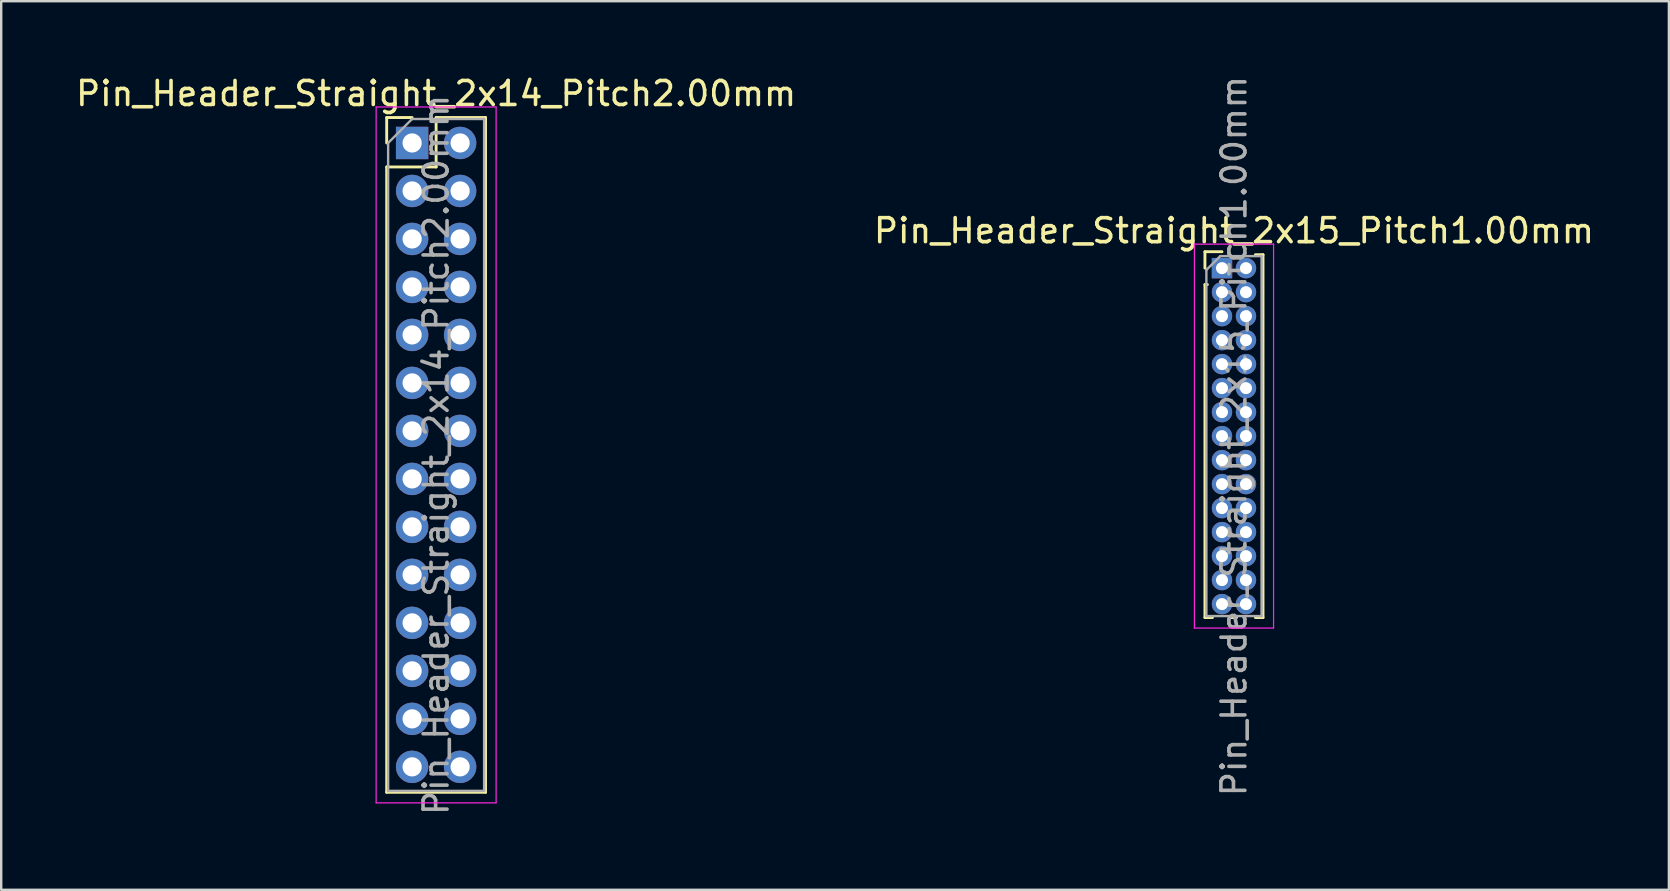
<source format=kicad_pcb>
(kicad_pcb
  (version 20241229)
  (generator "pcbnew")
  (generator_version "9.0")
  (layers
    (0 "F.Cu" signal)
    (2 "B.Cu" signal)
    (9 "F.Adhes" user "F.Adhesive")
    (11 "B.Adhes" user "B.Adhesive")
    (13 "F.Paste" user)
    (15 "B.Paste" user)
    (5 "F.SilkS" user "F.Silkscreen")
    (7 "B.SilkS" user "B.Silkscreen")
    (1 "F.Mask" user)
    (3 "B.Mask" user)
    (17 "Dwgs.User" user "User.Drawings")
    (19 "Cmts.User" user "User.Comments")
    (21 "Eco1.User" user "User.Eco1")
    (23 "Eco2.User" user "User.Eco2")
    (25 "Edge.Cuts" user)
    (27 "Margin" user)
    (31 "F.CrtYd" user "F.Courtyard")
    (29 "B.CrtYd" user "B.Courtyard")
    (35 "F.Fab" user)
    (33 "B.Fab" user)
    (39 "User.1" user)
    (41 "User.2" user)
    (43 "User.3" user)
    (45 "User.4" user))
  (footprint "Pin_Header_Straight_2x15_Pitch1.00mm"
    (layer "F.Cu")
    (at 47.875 8.125)
    (property "Reference" "Pin_Header_Straight_2x15_Pitch1.00mm" (at 0.5 -1.56 0) (layer "F.SilkS") (effects (font (size 1 1) (thickness 0.15))))
    (attr through_hole)
    (fp_line (start -0.71 -0.685) (end 0 -0.685) (stroke (width 0.12) (type solid)) (layer "F.SilkS"))
    (fp_line (start -0.71 0) (end -0.71 -0.685) (stroke (width 0.12) (type solid)) (layer "F.SilkS"))
    (fp_line (start -0.71 0.685) (end -0.71 14.56) (stroke (width 0.12) (type solid)) (layer "F.SilkS"))
    (fp_line (start -0.71 0.685) (end -0.608 0.685) (stroke (width 0.12) (type solid)) (layer "F.SilkS"))
    (fp_line (start -0.71 14.56) (end -0.394 14.56) (stroke (width 0.12) (type solid)) (layer "F.SilkS"))
    (fp_line (start 0.394 14.56) (end 0.606 14.56) (stroke (width 0.12) (type solid)) (layer "F.SilkS"))
    (fp_line (start 1.394 -0.56) (end 1.71 -0.56) (stroke (width 0.12) (type solid)) (layer "F.SilkS"))
    (fp_line (start 1.394 14.56) (end 1.71 14.56) (stroke (width 0.12) (type solid)) (layer "F.SilkS"))
    (fp_line (start 1.71 -0.56) (end 1.71 14.56) (stroke (width 0.12) (type solid)) (layer "F.SilkS"))
    (fp_line (start -1.15 -1) (end -1.15 15) (stroke (width 0.05) (type solid)) (layer "F.CrtYd"))
    (fp_line (start -1.15 15) (end 2.15 15) (stroke (width 0.05) (type solid)) (layer "F.CrtYd"))
    (fp_line (start 2.15 -1) (end -1.15 -1) (stroke (width 0.05) (type solid)) (layer "F.CrtYd"))
    (fp_line (start 2.15 15) (end 2.15 -1) (stroke (width 0.05) (type solid)) (layer "F.CrtYd"))
    (fp_line (start -0.65 0.075) (end -0.075 -0.5) (stroke (width 0.1) (type solid)) (layer "F.Fab"))
    (fp_line (start -0.65 14.5) (end -0.65 0.075) (stroke (width 0.1) (type solid)) (layer "F.Fab"))
    (fp_line (start -0.075 -0.5) (end 1.65 -0.5) (stroke (width 0.1) (type solid)) (layer "F.Fab"))
    (fp_line (start 1.65 -0.5) (end 1.65 14.5) (stroke (width 0.1) (type solid)) (layer "F.Fab"))
    (fp_line (start 1.65 14.5) (end -0.65 14.5) (stroke (width 0.1) (type solid)) (layer "F.Fab"))
    (fp_text user "${REFERENCE}" (at 0.5 7 90) (layer "F.Fab") (effects (font (size 1 1) (thickness 0.15))))
    (pad "1" thru_hole rect (at 0 0) (size 0.85 0.85) (drill 0.5) (layers "*.Cu" "*.Mask"))
    (pad "2" thru_hole oval (at 1 0) (size 0.85 0.85) (drill 0.5) (layers "*.Cu" "*.Mask"))
    (pad "3" thru_hole oval (at 0 1) (size 0.85 0.85) (drill 0.5) (layers "*.Cu" "*.Mask"))
    (pad "4" thru_hole oval (at 1 1) (size 0.85 0.85) (drill 0.5) (layers "*.Cu" "*.Mask"))
    (pad "5" thru_hole oval (at 0 2) (size 0.85 0.85) (drill 0.5) (layers "*.Cu" "*.Mask"))
    (pad "6" thru_hole oval (at 1 2) (size 0.85 0.85) (drill 0.5) (layers "*.Cu" "*.Mask"))
    (pad "7" thru_hole oval (at 0 3) (size 0.85 0.85) (drill 0.5) (layers "*.Cu" "*.Mask"))
    (pad "8" thru_hole oval (at 1 3) (size 0.85 0.85) (drill 0.5) (layers "*.Cu" "*.Mask"))
    (pad "9" thru_hole oval (at 0 4) (size 0.85 0.85) (drill 0.5) (layers "*.Cu" "*.Mask"))
    (pad "10" thru_hole oval (at 1 4) (size 0.85 0.85) (drill 0.5) (layers "*.Cu" "*.Mask"))
    (pad "11" thru_hole oval (at 0 5) (size 0.85 0.85) (drill 0.5) (layers "*.Cu" "*.Mask"))
    (pad "12" thru_hole oval (at 1 5) (size 0.85 0.85) (drill 0.5) (layers "*.Cu" "*.Mask"))
    (pad "13" thru_hole oval (at 0 6) (size 0.85 0.85) (drill 0.5) (layers "*.Cu" "*.Mask"))
    (pad "14" thru_hole oval (at 1 6) (size 0.85 0.85) (drill 0.5) (layers "*.Cu" "*.Mask"))
    (pad "15" thru_hole oval (at 0 7) (size 0.85 0.85) (drill 0.5) (layers "*.Cu" "*.Mask"))
    (pad "16" thru_hole oval (at 1 7) (size 0.85 0.85) (drill 0.5) (layers "*.Cu" "*.Mask"))
    (pad "17" thru_hole oval (at 0 8) (size 0.85 0.85) (drill 0.5) (layers "*.Cu" "*.Mask"))
    (pad "18" thru_hole oval (at 1 8) (size 0.85 0.85) (drill 0.5) (layers "*.Cu" "*.Mask"))
    (pad "19" thru_hole oval (at 0 9) (size 0.85 0.85) (drill 0.5) (layers "*.Cu" "*.Mask"))
    (pad "20" thru_hole oval (at 1 9) (size 0.85 0.85) (drill 0.5) (layers "*.Cu" "*.Mask"))
    (pad "21" thru_hole oval (at 0 10) (size 0.85 0.85) (drill 0.5) (layers "*.Cu" "*.Mask"))
    (pad "22" thru_hole oval (at 1 10) (size 0.85 0.85) (drill 0.5) (layers "*.Cu" "*.Mask"))
    (pad "23" thru_hole oval (at 0 11) (size 0.85 0.85) (drill 0.5) (layers "*.Cu" "*.Mask"))
    (pad "24" thru_hole oval (at 1 11) (size 0.85 0.85) (drill 0.5) (layers "*.Cu" "*.Mask"))
    (pad "25" thru_hole oval (at 0 12) (size 0.85 0.85) (drill 0.5) (layers "*.Cu" "*.Mask"))
    (pad "26" thru_hole oval (at 1 12) (size 0.85 0.85) (drill 0.5) (layers "*.Cu" "*.Mask"))
    (pad "27" thru_hole oval (at 0 13) (size 0.85 0.85) (drill 0.5) (layers "*.Cu" "*.Mask"))
    (pad "28" thru_hole oval (at 1 13) (size 0.85 0.85) (drill 0.5) (layers "*.Cu" "*.Mask"))
    (pad "29" thru_hole oval (at 0 14) (size 0.85 0.85) (drill 0.5) (layers "*.Cu" "*.Mask"))
    (pad "30" thru_hole oval (at 1 14) (size 0.85 0.85) (drill 0.5) (layers "*.Cu" "*.Mask")))
  (footprint "Pin_Header_Straight_2x14_Pitch2.00mm"
    (layer "F.Cu")
    (at 14.125 2.908)
    (property "Reference" "Pin_Header_Straight_2x14_Pitch2.00mm" (at 1 -2.06 0) (layer "F.SilkS") (effects (font (size 1 1) (thickness 0.15))))
    (attr through_hole)
    (fp_line (start -1.06 -1.06) (end 0 -1.06) (stroke (width 0.12) (type solid)) (layer "F.SilkS"))
    (fp_line (start -1.06 0) (end -1.06 -1.06) (stroke (width 0.12) (type solid)) (layer "F.SilkS"))
    (fp_line (start -1.06 1) (end -1.06 27.06) (stroke (width 0.12) (type solid)) (layer "F.SilkS"))
    (fp_line (start -1.06 1) (end 1 1) (stroke (width 0.12) (type solid)) (layer "F.SilkS"))
    (fp_line (start -1.06 27.06) (end 3.06 27.06) (stroke (width 0.12) (type solid)) (layer "F.SilkS"))
    (fp_line (start 1 -1.06) (end 3.06 -1.06) (stroke (width 0.12) (type solid)) (layer "F.SilkS"))
    (fp_line (start 1 1) (end 1 -1.06) (stroke (width 0.12) (type solid)) (layer "F.SilkS"))
    (fp_line (start 3.06 -1.06) (end 3.06 27.06) (stroke (width 0.12) (type solid)) (layer "F.SilkS"))
    (fp_line (start -1.5 -1.5) (end -1.5 27.5) (stroke (width 0.05) (type solid)) (layer "F.CrtYd"))
    (fp_line (start -1.5 27.5) (end 3.5 27.5) (stroke (width 0.05) (type solid)) (layer "F.CrtYd"))
    (fp_line (start 3.5 -1.5) (end -1.5 -1.5) (stroke (width 0.05) (type solid)) (layer "F.CrtYd"))
    (fp_line (start 3.5 27.5) (end 3.5 -1.5) (stroke (width 0.05) (type solid)) (layer "F.CrtYd"))
    (fp_line (start -1 0) (end 0 -1) (stroke (width 0.1) (type solid)) (layer "F.Fab"))
    (fp_line (start -1 27) (end -1 0) (stroke (width 0.1) (type solid)) (layer "F.Fab"))
    (fp_line (start 0 -1) (end 3 -1) (stroke (width 0.1) (type solid)) (layer "F.Fab"))
    (fp_line (start 3 -1) (end 3 27) (stroke (width 0.1) (type solid)) (layer "F.Fab"))
    (fp_line (start 3 27) (end -1 27) (stroke (width 0.1) (type solid)) (layer "F.Fab"))
    (fp_text user "${REFERENCE}" (at 1 13 90) (layer "F.Fab") (effects (font (size 1 1) (thickness 0.15))))
    (pad "1" thru_hole rect (at 0 0) (size 1.35 1.35) (drill 0.8) (layers "*.Cu" "*.Mask"))
    (pad "2" thru_hole oval (at 2 0) (size 1.35 1.35) (drill 0.8) (layers "*.Cu" "*.Mask"))
    (pad "3" thru_hole oval (at 0 2) (size 1.35 1.35) (drill 0.8) (layers "*.Cu" "*.Mask"))
    (pad "4" thru_hole oval (at 2 2) (size 1.35 1.35) (drill 0.8) (layers "*.Cu" "*.Mask"))
    (pad "5" thru_hole oval (at 0 4) (size 1.35 1.35) (drill 0.8) (layers "*.Cu" "*.Mask"))
    (pad "6" thru_hole oval (at 2 4) (size 1.35 1.35) (drill 0.8) (layers "*.Cu" "*.Mask"))
    (pad "7" thru_hole oval (at 0 6) (size 1.35 1.35) (drill 0.8) (layers "*.Cu" "*.Mask"))
    (pad "8" thru_hole oval (at 2 6) (size 1.35 1.35) (drill 0.8) (layers "*.Cu" "*.Mask"))
    (pad "9" thru_hole oval (at 0 8) (size 1.35 1.35) (drill 0.8) (layers "*.Cu" "*.Mask"))
    (pad "10" thru_hole oval (at 2 8) (size 1.35 1.35) (drill 0.8) (layers "*.Cu" "*.Mask"))
    (pad "11" thru_hole oval (at 0 10) (size 1.35 1.35) (drill 0.8) (layers "*.Cu" "*.Mask"))
    (pad "12" thru_hole oval (at 2 10) (size 1.35 1.35) (drill 0.8) (layers "*.Cu" "*.Mask"))
    (pad "13" thru_hole oval (at 0 12) (size 1.35 1.35) (drill 0.8) (layers "*.Cu" "*.Mask"))
    (pad "14" thru_hole oval (at 2 12) (size 1.35 1.35) (drill 0.8) (layers "*.Cu" "*.Mask"))
    (pad "15" thru_hole oval (at 0 14) (size 1.35 1.35) (drill 0.8) (layers "*.Cu" "*.Mask"))
    (pad "16" thru_hole oval (at 2 14) (size 1.35 1.35) (drill 0.8) (layers "*.Cu" "*.Mask"))
    (pad "17" thru_hole oval (at 0 16) (size 1.35 1.35) (drill 0.8) (layers "*.Cu" "*.Mask"))
    (pad "18" thru_hole oval (at 2 16) (size 1.35 1.35) (drill 0.8) (layers "*.Cu" "*.Mask"))
    (pad "19" thru_hole oval (at 0 18) (size 1.35 1.35) (drill 0.8) (layers "*.Cu" "*.Mask"))
    (pad "20" thru_hole oval (at 2 18) (size 1.35 1.35) (drill 0.8) (layers "*.Cu" "*.Mask"))
    (pad "21" thru_hole oval (at 0 20) (size 1.35 1.35) (drill 0.8) (layers "*.Cu" "*.Mask"))
    (pad "22" thru_hole oval (at 2 20) (size 1.35 1.35) (drill 0.8) (layers "*.Cu" "*.Mask"))
    (pad "23" thru_hole oval (at 0 22) (size 1.35 1.35) (drill 0.8) (layers "*.Cu" "*.Mask"))
    (pad "24" thru_hole oval (at 2 22) (size 1.35 1.35) (drill 0.8) (layers "*.Cu" "*.Mask"))
    (pad "25" thru_hole oval (at 0 24) (size 1.35 1.35) (drill 0.8) (layers "*.Cu" "*.Mask"))
    (pad "26" thru_hole oval (at 2 24) (size 1.35 1.35) (drill 0.8) (layers "*.Cu" "*.Mask"))
    (pad "27" thru_hole oval (at 0 26) (size 1.35 1.35) (drill 0.8) (layers "*.Cu" "*.Mask"))
    (pad "28" thru_hole oval (at 2 26) (size 1.35 1.35) (drill 0.8) (layers "*.Cu" "*.Mask")))
  (gr_rect
    (start -3 -3)
    (end 66.5 34.033)
    (stroke (width 0.1) (type default))
    (fill no)
    (layer "Edge.Cuts")))
</source>
